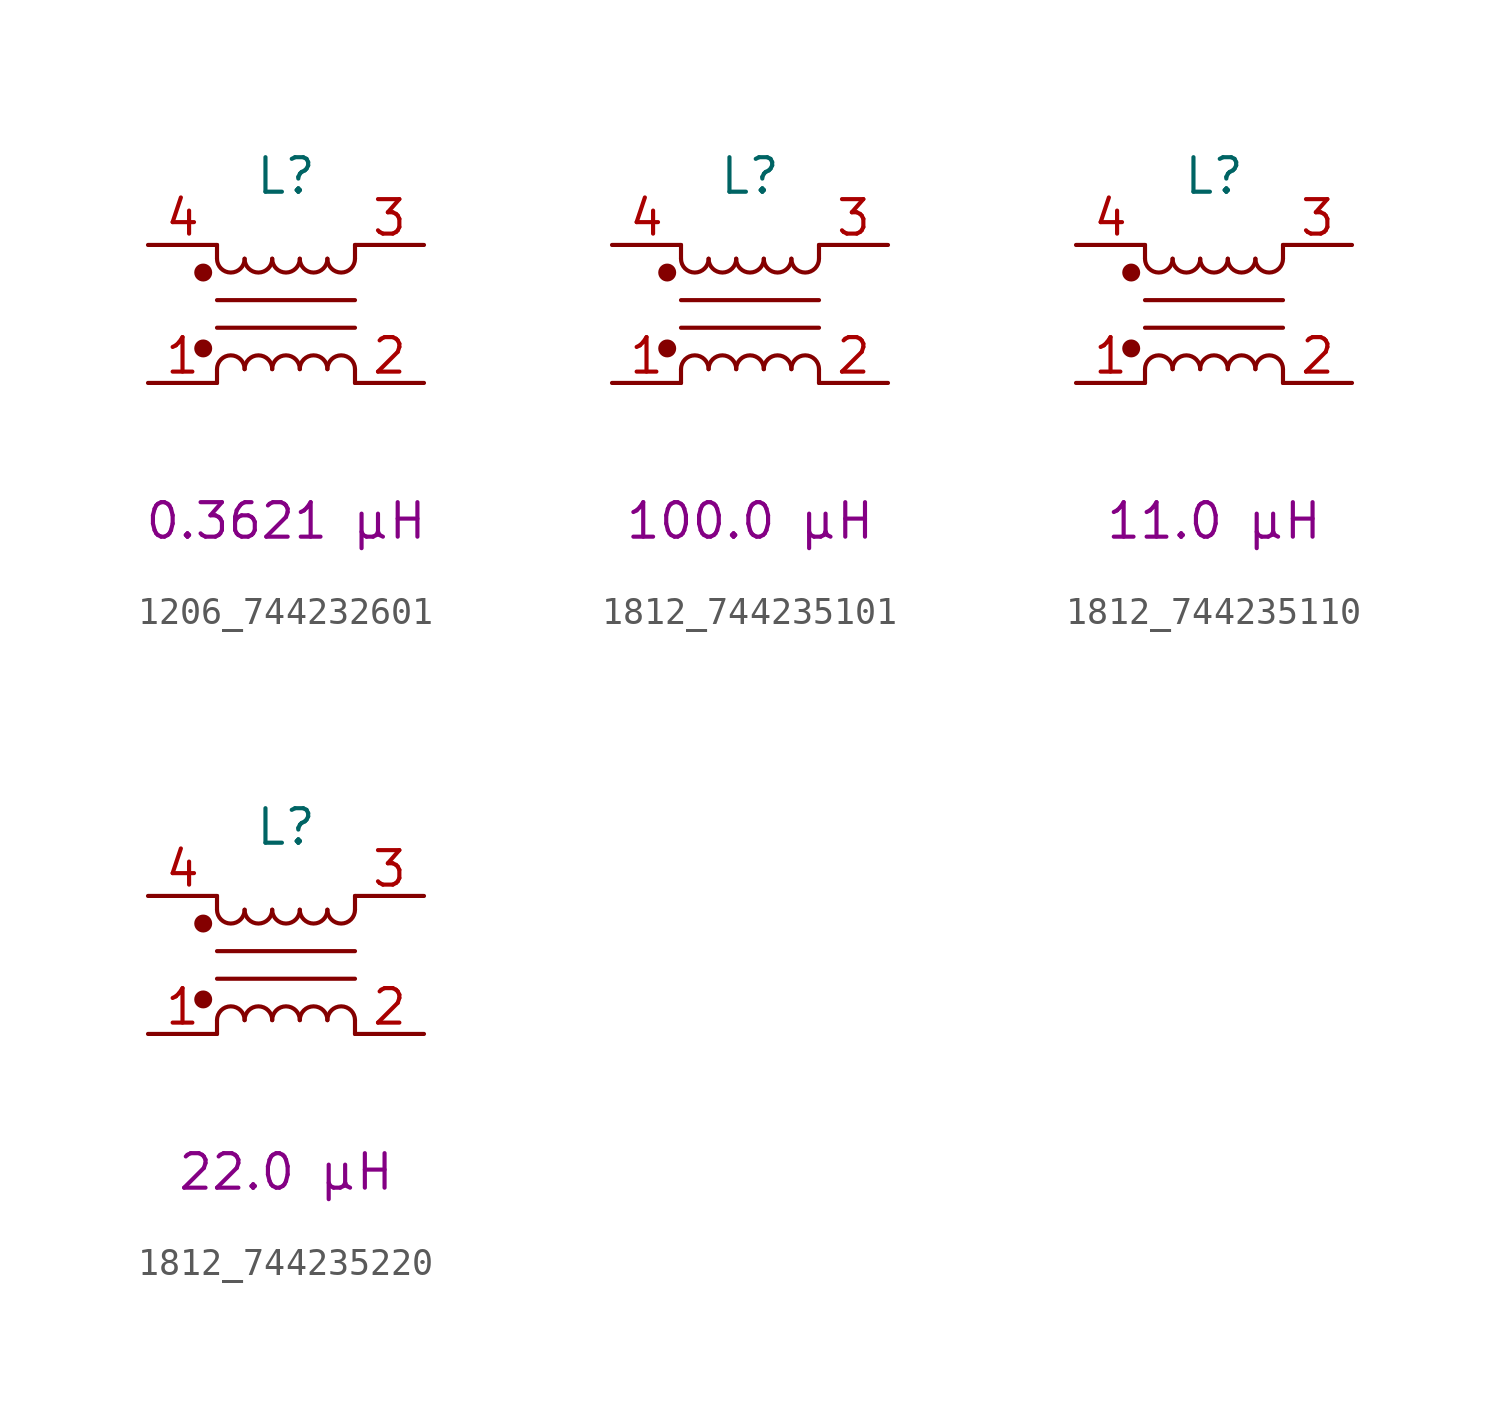
<source format=kicad_sym>
(kicad_symbol_lib
  (version 20220914)
  (generator kicad_symbol_editor)
  (symbol "1206_744232601"
    (pin_names hide)
    (property "Reference" "L"
      (at 0 5.08 0)
      (effects (font (size 1.27 1.27))))
    (property "Critical Parameter" "0.3621 µH"
      (at 0 -7.62 0)
      (effects (font (size 1.27 1.27))))
    (symbol "1206_744232601_0_1"
      (circle (center -3.048 -1.27) (radius 0.254) (stroke (width 0) (type default)) (fill (type outline)))
      (circle (center -3.048 1.524) (radius 0.254) (stroke (width 0) (type default)) (fill (type outline)))
      (arc (start -2.54 2.032) (mid -2.032 1.5262) (end -1.524 2.032) (stroke (width 0) (type default)) (fill (type none)))
      (arc (start -1.524 -2.032) (mid -2.032 -1.5262) (end -2.54 -2.032) (stroke (width 0) (type default)) (fill (type none)))
      (arc (start -1.524 2.032) (mid -1.016 1.5262) (end -0.508 2.032) (stroke (width 0) (type default)) (fill (type none)))
      (arc (start -0.508 -2.032) (mid -1.016 -1.5262) (end -1.524 -2.032) (stroke (width 0) (type default)) (fill (type none)))
      (arc (start -0.508 2.032) (mid 0 1.5262) (end 0.508 2.032) (stroke (width 0) (type default)) (fill (type none)))
      (polyline (pts (xy -2.54 -2.032) (xy -2.54 -2.54)) (stroke (width 0) (type default)) (fill (type none)))
      (polyline (pts (xy -2.54 0.508) (xy 2.54 0.508)) (stroke (width 0) (type default)) (fill (type none)))
      (polyline (pts (xy -2.54 2.032) (xy -2.54 2.54)) (stroke (width 0) (type default)) (fill (type none)))
      (polyline (pts (xy 2.54 -2.032) (xy 2.54 -2.54)) (stroke (width 0) (type default)) (fill (type none)))
      (polyline (pts (xy 2.54 -0.508) (xy -2.54 -0.508)) (stroke (width 0) (type default)) (fill (type none)))
      (polyline (pts (xy 2.54 2.54) (xy 2.54 2.032)) (stroke (width 0) (type default)) (fill (type none)))
      (arc (start 0.508 -2.032) (mid 0 -1.5262) (end -0.508 -2.032) (stroke (width 0) (type default)) (fill (type none)))
      (arc (start 0.508 2.032) (mid 1.016 1.5262) (end 1.524 2.032) (stroke (width 0) (type default)) (fill (type none)))
      (arc (start 1.524 -2.032) (mid 1.016 -1.5262) (end 0.508 -2.032) (stroke (width 0) (type default)) (fill (type none)))
      (arc (start 1.524 2.032) (mid 2.032 1.5262) (end 2.54 2.032) (stroke (width 0) (type default)) (fill (type none)))
      (arc (start 2.54 -2.032) (mid 2.032 -1.5262) (end 1.524 -2.032) (stroke (width 0) (type default)) (fill (type none))))
    (symbol "1206_744232601_1_1"
      (pin passive line (at -5.08 -2.54 0) (length 2.54) (name "1" (effects (font (size 1.27 1.27)))) (number "1" (effects (font (size 1.27 1.27)))))
      (pin passive line (at 5.08 -2.54 180) (length 2.54) (name "2" (effects (font (size 1.27 1.27)))) (number "2" (effects (font (size 1.27 1.27)))))
      (pin passive line (at 5.08 2.54 180) (length 2.54) (name "3" (effects (font (size 1.27 1.27)))) (number "3" (effects (font (size 1.27 1.27)))))
      (pin passive line (at -5.08 2.54 0) (length 2.54) (name "4" (effects (font (size 1.27 1.27)))) (number "4" (effects (font (size 1.27 1.27)))))))
  (symbol "1812_744235101"
    (pin_names hide)
    (property "Reference" "L"
      (at 0 5.08 0)
      (effects (font (size 1.27 1.27))))
    (property "Critical Parameter" "100.0 µH"
      (at 0 -7.62 0)
      (effects (font (size 1.27 1.27))))
    (symbol "1812_744235101_0_1"
      (circle (center -3.048 -1.27) (radius 0.254) (stroke (width 0) (type default)) (fill (type outline)))
      (circle (center -3.048 1.524) (radius 0.254) (stroke (width 0) (type default)) (fill (type outline)))
      (arc (start -2.54 2.032) (mid -2.032 1.5262) (end -1.524 2.032) (stroke (width 0) (type default)) (fill (type none)))
      (arc (start -1.524 -2.032) (mid -2.032 -1.5262) (end -2.54 -2.032) (stroke (width 0) (type default)) (fill (type none)))
      (arc (start -1.524 2.032) (mid -1.016 1.5262) (end -0.508 2.032) (stroke (width 0) (type default)) (fill (type none)))
      (arc (start -0.508 -2.032) (mid -1.016 -1.5262) (end -1.524 -2.032) (stroke (width 0) (type default)) (fill (type none)))
      (arc (start -0.508 2.032) (mid 0 1.5262) (end 0.508 2.032) (stroke (width 0) (type default)) (fill (type none)))
      (polyline (pts (xy -2.54 -2.032) (xy -2.54 -2.54)) (stroke (width 0) (type default)) (fill (type none)))
      (polyline (pts (xy -2.54 0.508) (xy 2.54 0.508)) (stroke (width 0) (type default)) (fill (type none)))
      (polyline (pts (xy -2.54 2.032) (xy -2.54 2.54)) (stroke (width 0) (type default)) (fill (type none)))
      (polyline (pts (xy 2.54 -2.032) (xy 2.54 -2.54)) (stroke (width 0) (type default)) (fill (type none)))
      (polyline (pts (xy 2.54 -0.508) (xy -2.54 -0.508)) (stroke (width 0) (type default)) (fill (type none)))
      (polyline (pts (xy 2.54 2.54) (xy 2.54 2.032)) (stroke (width 0) (type default)) (fill (type none)))
      (arc (start 0.508 -2.032) (mid 0 -1.5262) (end -0.508 -2.032) (stroke (width 0) (type default)) (fill (type none)))
      (arc (start 0.508 2.032) (mid 1.016 1.5262) (end 1.524 2.032) (stroke (width 0) (type default)) (fill (type none)))
      (arc (start 1.524 -2.032) (mid 1.016 -1.5262) (end 0.508 -2.032) (stroke (width 0) (type default)) (fill (type none)))
      (arc (start 1.524 2.032) (mid 2.032 1.5262) (end 2.54 2.032) (stroke (width 0) (type default)) (fill (type none)))
      (arc (start 2.54 -2.032) (mid 2.032 -1.5262) (end 1.524 -2.032) (stroke (width 0) (type default)) (fill (type none))))
    (symbol "1812_744235101_1_1"
      (pin passive line (at -5.08 -2.54 0) (length 2.54) (name "1" (effects (font (size 1.27 1.27)))) (number "1" (effects (font (size 1.27 1.27)))))
      (pin passive line (at 5.08 -2.54 180) (length 2.54) (name "2" (effects (font (size 1.27 1.27)))) (number "2" (effects (font (size 1.27 1.27)))))
      (pin passive line (at 5.08 2.54 180) (length 2.54) (name "3" (effects (font (size 1.27 1.27)))) (number "3" (effects (font (size 1.27 1.27)))))
      (pin passive line (at -5.08 2.54 0) (length 2.54) (name "4" (effects (font (size 1.27 1.27)))) (number "4" (effects (font (size 1.27 1.27)))))))
  (symbol "1812_744235110"
    (pin_names hide)
    (property "Reference" "L"
      (at 0 5.08 0)
      (effects (font (size 1.27 1.27))))
    (property "Critical Parameter" "11.0 µH"
      (at 0 -7.62 0)
      (effects (font (size 1.27 1.27))))
    (symbol "1812_744235110_0_1"
      (circle (center -3.048 -1.27) (radius 0.254) (stroke (width 0) (type default)) (fill (type outline)))
      (circle (center -3.048 1.524) (radius 0.254) (stroke (width 0) (type default)) (fill (type outline)))
      (arc (start -2.54 2.032) (mid -2.032 1.5262) (end -1.524 2.032) (stroke (width 0) (type default)) (fill (type none)))
      (arc (start -1.524 -2.032) (mid -2.032 -1.5262) (end -2.54 -2.032) (stroke (width 0) (type default)) (fill (type none)))
      (arc (start -1.524 2.032) (mid -1.016 1.5262) (end -0.508 2.032) (stroke (width 0) (type default)) (fill (type none)))
      (arc (start -0.508 -2.032) (mid -1.016 -1.5262) (end -1.524 -2.032) (stroke (width 0) (type default)) (fill (type none)))
      (arc (start -0.508 2.032) (mid 0 1.5262) (end 0.508 2.032) (stroke (width 0) (type default)) (fill (type none)))
      (polyline (pts (xy -2.54 -2.032) (xy -2.54 -2.54)) (stroke (width 0) (type default)) (fill (type none)))
      (polyline (pts (xy -2.54 0.508) (xy 2.54 0.508)) (stroke (width 0) (type default)) (fill (type none)))
      (polyline (pts (xy -2.54 2.032) (xy -2.54 2.54)) (stroke (width 0) (type default)) (fill (type none)))
      (polyline (pts (xy 2.54 -2.032) (xy 2.54 -2.54)) (stroke (width 0) (type default)) (fill (type none)))
      (polyline (pts (xy 2.54 -0.508) (xy -2.54 -0.508)) (stroke (width 0) (type default)) (fill (type none)))
      (polyline (pts (xy 2.54 2.54) (xy 2.54 2.032)) (stroke (width 0) (type default)) (fill (type none)))
      (arc (start 0.508 -2.032) (mid 0 -1.5262) (end -0.508 -2.032) (stroke (width 0) (type default)) (fill (type none)))
      (arc (start 0.508 2.032) (mid 1.016 1.5262) (end 1.524 2.032) (stroke (width 0) (type default)) (fill (type none)))
      (arc (start 1.524 -2.032) (mid 1.016 -1.5262) (end 0.508 -2.032) (stroke (width 0) (type default)) (fill (type none)))
      (arc (start 1.524 2.032) (mid 2.032 1.5262) (end 2.54 2.032) (stroke (width 0) (type default)) (fill (type none)))
      (arc (start 2.54 -2.032) (mid 2.032 -1.5262) (end 1.524 -2.032) (stroke (width 0) (type default)) (fill (type none))))
    (symbol "1812_744235110_1_1"
      (pin passive line (at -5.08 -2.54 0) (length 2.54) (name "1" (effects (font (size 1.27 1.27)))) (number "1" (effects (font (size 1.27 1.27)))))
      (pin passive line (at 5.08 -2.54 180) (length 2.54) (name "2" (effects (font (size 1.27 1.27)))) (number "2" (effects (font (size 1.27 1.27)))))
      (pin passive line (at 5.08 2.54 180) (length 2.54) (name "3" (effects (font (size 1.27 1.27)))) (number "3" (effects (font (size 1.27 1.27)))))
      (pin passive line (at -5.08 2.54 0) (length 2.54) (name "4" (effects (font (size 1.27 1.27)))) (number "4" (effects (font (size 1.27 1.27)))))))
  (symbol "1812_744235220"
    (pin_names hide)
    (property "Reference" "L"
      (at 0 5.08 0)
      (effects (font (size 1.27 1.27))))
    (property "Critical Parameter" "22.0 µH"
      (at 0 -7.62 0)
      (effects (font (size 1.27 1.27))))
    (symbol "1812_744235220_0_1"
      (circle (center -3.048 -1.27) (radius 0.254) (stroke (width 0) (type default)) (fill (type outline)))
      (circle (center -3.048 1.524) (radius 0.254) (stroke (width 0) (type default)) (fill (type outline)))
      (arc (start -2.54 2.032) (mid -2.032 1.5262) (end -1.524 2.032) (stroke (width 0) (type default)) (fill (type none)))
      (arc (start -1.524 -2.032) (mid -2.032 -1.5262) (end -2.54 -2.032) (stroke (width 0) (type default)) (fill (type none)))
      (arc (start -1.524 2.032) (mid -1.016 1.5262) (end -0.508 2.032) (stroke (width 0) (type default)) (fill (type none)))
      (arc (start -0.508 -2.032) (mid -1.016 -1.5262) (end -1.524 -2.032) (stroke (width 0) (type default)) (fill (type none)))
      (arc (start -0.508 2.032) (mid 0 1.5262) (end 0.508 2.032) (stroke (width 0) (type default)) (fill (type none)))
      (polyline (pts (xy -2.54 -2.032) (xy -2.54 -2.54)) (stroke (width 0) (type default)) (fill (type none)))
      (polyline (pts (xy -2.54 0.508) (xy 2.54 0.508)) (stroke (width 0) (type default)) (fill (type none)))
      (polyline (pts (xy -2.54 2.032) (xy -2.54 2.54)) (stroke (width 0) (type default)) (fill (type none)))
      (polyline (pts (xy 2.54 -2.032) (xy 2.54 -2.54)) (stroke (width 0) (type default)) (fill (type none)))
      (polyline (pts (xy 2.54 -0.508) (xy -2.54 -0.508)) (stroke (width 0) (type default)) (fill (type none)))
      (polyline (pts (xy 2.54 2.54) (xy 2.54 2.032)) (stroke (width 0) (type default)) (fill (type none)))
      (arc (start 0.508 -2.032) (mid 0 -1.5262) (end -0.508 -2.032) (stroke (width 0) (type default)) (fill (type none)))
      (arc (start 0.508 2.032) (mid 1.016 1.5262) (end 1.524 2.032) (stroke (width 0) (type default)) (fill (type none)))
      (arc (start 1.524 -2.032) (mid 1.016 -1.5262) (end 0.508 -2.032) (stroke (width 0) (type default)) (fill (type none)))
      (arc (start 1.524 2.032) (mid 2.032 1.5262) (end 2.54 2.032) (stroke (width 0) (type default)) (fill (type none)))
      (arc (start 2.54 -2.032) (mid 2.032 -1.5262) (end 1.524 -2.032) (stroke (width 0) (type default)) (fill (type none))))
    (symbol "1812_744235220_1_1"
      (pin passive line (at -5.08 -2.54 0) (length 2.54) (name "1" (effects (font (size 1.27 1.27)))) (number "1" (effects (font (size 1.27 1.27)))))
      (pin passive line (at 5.08 -2.54 180) (length 2.54) (name "2" (effects (font (size 1.27 1.27)))) (number "2" (effects (font (size 1.27 1.27)))))
      (pin passive line (at 5.08 2.54 180) (length 2.54) (name "3" (effects (font (size 1.27 1.27)))) (number "3" (effects (font (size 1.27 1.27)))))
      (pin passive line (at -5.08 2.54 0) (length 2.54) (name "4" (effects (font (size 1.27 1.27)))) (number "4" (effects (font (size 1.27 1.27))))))))
</source>
